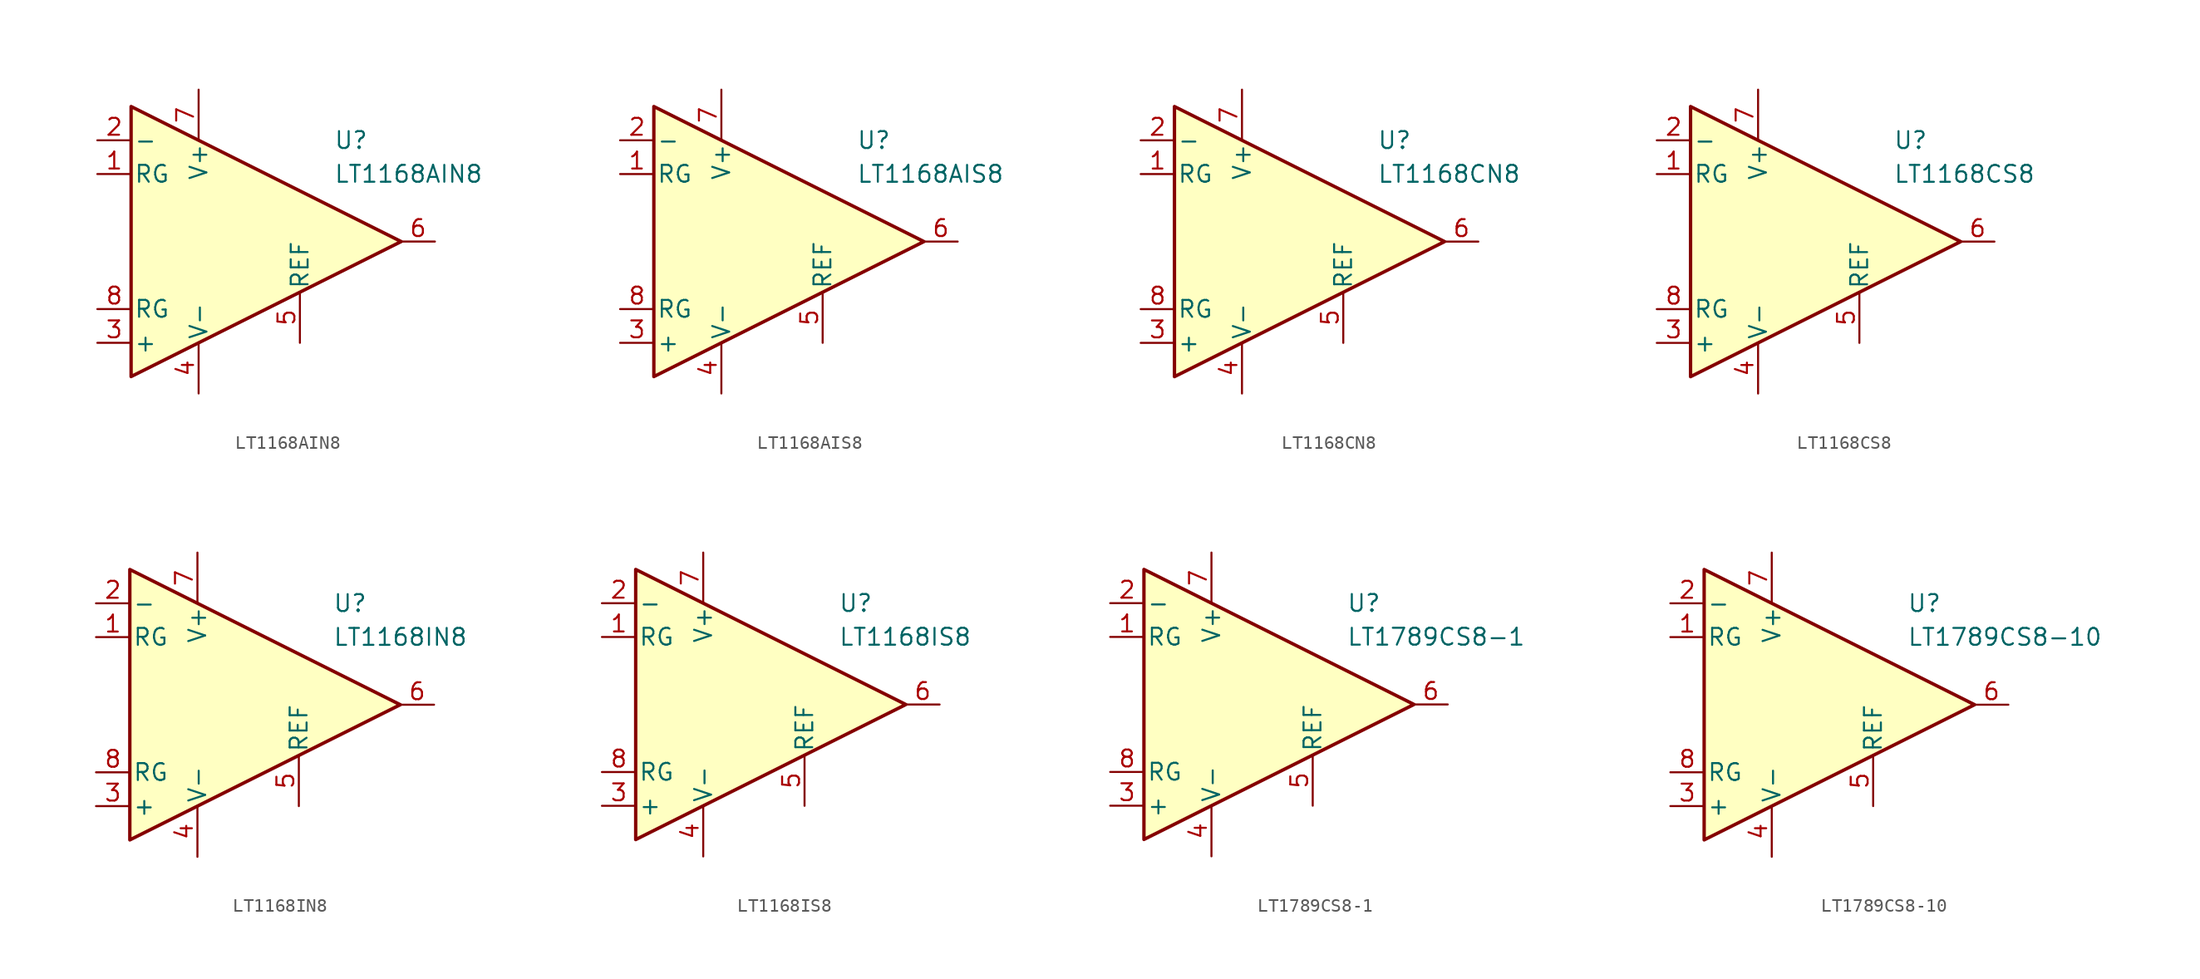
<source format=kicad_sym>
(kicad_symbol_lib
  (version 20231120)
  (generator "kicad_symbol_editor")
  (generator_version "8.0")
  (symbol "LT1168AIN8"
    (pin_names
      (offset 0.2))
    (property "Reference" "U"
      (at 6.35 7.62 0)
      (effects (font (size 1.27 1.27)) (justify left)))
    (property "Value" "LT1168AIN8"
      (at 6.35 5.08 0)
      (effects (font (size 1.27 1.27)) (justify left)))
    (symbol "LT1168AIN8_0_1"
      (polyline (pts (xy -8.89 10.16) (xy -8.89 -10.16) (xy 11.43 0) (xy -8.89 10.16)) (stroke (width 0.254) (type default)) (fill (type background))))
    (symbol "LT1168AIN8_1_1"
      (pin passive line (at -11.43 5.08 0) (length 2.54) (name "RG" (effects (font (size 1.27 1.27)))) (number "1" (effects (font (size 1.27 1.27)))))
      (pin input line (at -11.43 7.62 0) (length 2.54) (name "-" (effects (font (size 1.27 1.27)))) (number "2" (effects (font (size 1.27 1.27)))))
      (pin input line (at -11.43 -7.62 0) (length 2.54) (name "+" (effects (font (size 1.27 1.27)))) (number "3" (effects (font (size 1.27 1.27)))))
      (pin power_in line (at -3.81 -11.43 90) (length 3.81) (name "V-" (effects (font (size 1.27 1.27)))) (number "4" (effects (font (size 1.27 1.27)))))
      (pin input line (at 3.81 -7.62 90) (length 3.81) (name "REF" (effects (font (size 1.27 1.27)))) (number "5" (effects (font (size 1.27 1.27)))))
      (pin output line (at 13.97 0 180) (length 2.54) (name "~" (effects (font (size 1.27 1.27)))) (number "6" (effects (font (size 1.27 1.27)))))
      (pin power_in line (at -3.81 11.43 270) (length 3.81) (name "V+" (effects (font (size 1.27 1.27)))) (number "7" (effects (font (size 1.27 1.27)))))
      (pin passive line (at -11.43 -5.08 0) (length 2.54) (name "RG" (effects (font (size 1.27 1.27)))) (number "8" (effects (font (size 1.27 1.27)))))))
  (symbol "LT1168AIS8"
    (pin_names
      (offset 0.2))
    (property "Reference" "U"
      (at 6.35 7.62 0)
      (effects (font (size 1.27 1.27)) (justify left)))
    (property "Value" "LT1168AIS8"
      (at 6.35 5.08 0)
      (effects (font (size 1.27 1.27)) (justify left)))
    (symbol "LT1168AIS8_0_1"
      (polyline (pts (xy -8.89 10.16) (xy -8.89 -10.16) (xy 11.43 0) (xy -8.89 10.16)) (stroke (width 0.254) (type default)) (fill (type background))))
    (symbol "LT1168AIS8_1_1"
      (pin passive line (at -11.43 5.08 0) (length 2.54) (name "RG" (effects (font (size 1.27 1.27)))) (number "1" (effects (font (size 1.27 1.27)))))
      (pin input line (at -11.43 7.62 0) (length 2.54) (name "-" (effects (font (size 1.27 1.27)))) (number "2" (effects (font (size 1.27 1.27)))))
      (pin input line (at -11.43 -7.62 0) (length 2.54) (name "+" (effects (font (size 1.27 1.27)))) (number "3" (effects (font (size 1.27 1.27)))))
      (pin power_in line (at -3.81 -11.43 90) (length 3.81) (name "V-" (effects (font (size 1.27 1.27)))) (number "4" (effects (font (size 1.27 1.27)))))
      (pin input line (at 3.81 -7.62 90) (length 3.81) (name "REF" (effects (font (size 1.27 1.27)))) (number "5" (effects (font (size 1.27 1.27)))))
      (pin output line (at 13.97 0 180) (length 2.54) (name "~" (effects (font (size 1.27 1.27)))) (number "6" (effects (font (size 1.27 1.27)))))
      (pin power_in line (at -3.81 11.43 270) (length 3.81) (name "V+" (effects (font (size 1.27 1.27)))) (number "7" (effects (font (size 1.27 1.27)))))
      (pin passive line (at -11.43 -5.08 0) (length 2.54) (name "RG" (effects (font (size 1.27 1.27)))) (number "8" (effects (font (size 1.27 1.27)))))))
  (symbol "LT1168CN8"
    (pin_names
      (offset 0.2))
    (property "Reference" "U"
      (at 6.35 7.62 0)
      (effects (font (size 1.27 1.27)) (justify left)))
    (property "Value" "LT1168CN8"
      (at 6.35 5.08 0)
      (effects (font (size 1.27 1.27)) (justify left)))
    (symbol "LT1168CN8_0_1"
      (polyline (pts (xy -8.89 10.16) (xy -8.89 -10.16) (xy 11.43 0) (xy -8.89 10.16)) (stroke (width 0.254) (type default)) (fill (type background))))
    (symbol "LT1168CN8_1_1"
      (pin passive line (at -11.43 5.08 0) (length 2.54) (name "RG" (effects (font (size 1.27 1.27)))) (number "1" (effects (font (size 1.27 1.27)))))
      (pin input line (at -11.43 7.62 0) (length 2.54) (name "-" (effects (font (size 1.27 1.27)))) (number "2" (effects (font (size 1.27 1.27)))))
      (pin input line (at -11.43 -7.62 0) (length 2.54) (name "+" (effects (font (size 1.27 1.27)))) (number "3" (effects (font (size 1.27 1.27)))))
      (pin power_in line (at -3.81 -11.43 90) (length 3.81) (name "V-" (effects (font (size 1.27 1.27)))) (number "4" (effects (font (size 1.27 1.27)))))
      (pin input line (at 3.81 -7.62 90) (length 3.81) (name "REF" (effects (font (size 1.27 1.27)))) (number "5" (effects (font (size 1.27 1.27)))))
      (pin output line (at 13.97 0 180) (length 2.54) (name "~" (effects (font (size 1.27 1.27)))) (number "6" (effects (font (size 1.27 1.27)))))
      (pin power_in line (at -3.81 11.43 270) (length 3.81) (name "V+" (effects (font (size 1.27 1.27)))) (number "7" (effects (font (size 1.27 1.27)))))
      (pin passive line (at -11.43 -5.08 0) (length 2.54) (name "RG" (effects (font (size 1.27 1.27)))) (number "8" (effects (font (size 1.27 1.27)))))))
  (symbol "LT1168CS8"
    (pin_names
      (offset 0.2))
    (property "Reference" "U"
      (at 6.35 7.62 0)
      (effects (font (size 1.27 1.27)) (justify left)))
    (property "Value" "LT1168CS8"
      (at 6.35 5.08 0)
      (effects (font (size 1.27 1.27)) (justify left)))
    (symbol "LT1168CS8_0_1"
      (polyline (pts (xy -8.89 10.16) (xy -8.89 -10.16) (xy 11.43 0) (xy -8.89 10.16)) (stroke (width 0.254) (type default)) (fill (type background))))
    (symbol "LT1168CS8_1_1"
      (pin passive line (at -11.43 5.08 0) (length 2.54) (name "RG" (effects (font (size 1.27 1.27)))) (number "1" (effects (font (size 1.27 1.27)))))
      (pin input line (at -11.43 7.62 0) (length 2.54) (name "-" (effects (font (size 1.27 1.27)))) (number "2" (effects (font (size 1.27 1.27)))))
      (pin input line (at -11.43 -7.62 0) (length 2.54) (name "+" (effects (font (size 1.27 1.27)))) (number "3" (effects (font (size 1.27 1.27)))))
      (pin power_in line (at -3.81 -11.43 90) (length 3.81) (name "V-" (effects (font (size 1.27 1.27)))) (number "4" (effects (font (size 1.27 1.27)))))
      (pin input line (at 3.81 -7.62 90) (length 3.81) (name "REF" (effects (font (size 1.27 1.27)))) (number "5" (effects (font (size 1.27 1.27)))))
      (pin output line (at 13.97 0 180) (length 2.54) (name "~" (effects (font (size 1.27 1.27)))) (number "6" (effects (font (size 1.27 1.27)))))
      (pin power_in line (at -3.81 11.43 270) (length 3.81) (name "V+" (effects (font (size 1.27 1.27)))) (number "7" (effects (font (size 1.27 1.27)))))
      (pin passive line (at -11.43 -5.08 0) (length 2.54) (name "RG" (effects (font (size 1.27 1.27)))) (number "8" (effects (font (size 1.27 1.27)))))))
  (symbol "LT1168IN8"
    (pin_names
      (offset 0.2))
    (property "Reference" "U"
      (at 6.35 7.62 0)
      (effects (font (size 1.27 1.27)) (justify left)))
    (property "Value" "LT1168IN8"
      (at 6.35 5.08 0)
      (effects (font (size 1.27 1.27)) (justify left)))
    (symbol "LT1168IN8_0_1"
      (polyline (pts (xy -8.89 10.16) (xy -8.89 -10.16) (xy 11.43 0) (xy -8.89 10.16)) (stroke (width 0.254) (type default)) (fill (type background))))
    (symbol "LT1168IN8_1_1"
      (pin passive line (at -11.43 5.08 0) (length 2.54) (name "RG" (effects (font (size 1.27 1.27)))) (number "1" (effects (font (size 1.27 1.27)))))
      (pin input line (at -11.43 7.62 0) (length 2.54) (name "-" (effects (font (size 1.27 1.27)))) (number "2" (effects (font (size 1.27 1.27)))))
      (pin input line (at -11.43 -7.62 0) (length 2.54) (name "+" (effects (font (size 1.27 1.27)))) (number "3" (effects (font (size 1.27 1.27)))))
      (pin power_in line (at -3.81 -11.43 90) (length 3.81) (name "V-" (effects (font (size 1.27 1.27)))) (number "4" (effects (font (size 1.27 1.27)))))
      (pin input line (at 3.81 -7.62 90) (length 3.81) (name "REF" (effects (font (size 1.27 1.27)))) (number "5" (effects (font (size 1.27 1.27)))))
      (pin output line (at 13.97 0 180) (length 2.54) (name "~" (effects (font (size 1.27 1.27)))) (number "6" (effects (font (size 1.27 1.27)))))
      (pin power_in line (at -3.81 11.43 270) (length 3.81) (name "V+" (effects (font (size 1.27 1.27)))) (number "7" (effects (font (size 1.27 1.27)))))
      (pin passive line (at -11.43 -5.08 0) (length 2.54) (name "RG" (effects (font (size 1.27 1.27)))) (number "8" (effects (font (size 1.27 1.27)))))))
  (symbol "LT1168IS8"
    (pin_names
      (offset 0.2))
    (property "Reference" "U"
      (at 6.35 7.62 0)
      (effects (font (size 1.27 1.27)) (justify left)))
    (property "Value" "LT1168IS8"
      (at 6.35 5.08 0)
      (effects (font (size 1.27 1.27)) (justify left)))
    (symbol "LT1168IS8_0_1"
      (polyline (pts (xy -8.89 10.16) (xy -8.89 -10.16) (xy 11.43 0) (xy -8.89 10.16)) (stroke (width 0.254) (type default)) (fill (type background))))
    (symbol "LT1168IS8_1_1"
      (pin passive line (at -11.43 5.08 0) (length 2.54) (name "RG" (effects (font (size 1.27 1.27)))) (number "1" (effects (font (size 1.27 1.27)))))
      (pin input line (at -11.43 7.62 0) (length 2.54) (name "-" (effects (font (size 1.27 1.27)))) (number "2" (effects (font (size 1.27 1.27)))))
      (pin input line (at -11.43 -7.62 0) (length 2.54) (name "+" (effects (font (size 1.27 1.27)))) (number "3" (effects (font (size 1.27 1.27)))))
      (pin power_in line (at -3.81 -11.43 90) (length 3.81) (name "V-" (effects (font (size 1.27 1.27)))) (number "4" (effects (font (size 1.27 1.27)))))
      (pin input line (at 3.81 -7.62 90) (length 3.81) (name "REF" (effects (font (size 1.27 1.27)))) (number "5" (effects (font (size 1.27 1.27)))))
      (pin output line (at 13.97 0 180) (length 2.54) (name "~" (effects (font (size 1.27 1.27)))) (number "6" (effects (font (size 1.27 1.27)))))
      (pin power_in line (at -3.81 11.43 270) (length 3.81) (name "V+" (effects (font (size 1.27 1.27)))) (number "7" (effects (font (size 1.27 1.27)))))
      (pin passive line (at -11.43 -5.08 0) (length 2.54) (name "RG" (effects (font (size 1.27 1.27)))) (number "8" (effects (font (size 1.27 1.27)))))))
  (symbol "LT1789CS8-1"
    (pin_names
      (offset 0.2))
    (property "Reference" "U"
      (at 6.35 7.62 0)
      (effects (font (size 1.27 1.27)) (justify left)))
    (property "Value" "LT1789CS8-1"
      (at 6.35 5.08 0)
      (effects (font (size 1.27 1.27)) (justify left)))
    (symbol "LT1789CS8-1_0_1"
      (polyline (pts (xy -8.89 10.16) (xy -8.89 -10.16) (xy 11.43 0) (xy -8.89 10.16)) (stroke (width 0.254) (type default)) (fill (type background))))
    (symbol "LT1789CS8-1_1_1"
      (pin passive line (at -11.43 5.08 0) (length 2.54) (name "RG" (effects (font (size 1.27 1.27)))) (number "1" (effects (font (size 1.27 1.27)))))
      (pin input line (at -11.43 7.62 0) (length 2.54) (name "-" (effects (font (size 1.27 1.27)))) (number "2" (effects (font (size 1.27 1.27)))))
      (pin input line (at -11.43 -7.62 0) (length 2.54) (name "+" (effects (font (size 1.27 1.27)))) (number "3" (effects (font (size 1.27 1.27)))))
      (pin power_in line (at -3.81 -11.43 90) (length 3.81) (name "V-" (effects (font (size 1.27 1.27)))) (number "4" (effects (font (size 1.27 1.27)))))
      (pin input line (at 3.81 -7.62 90) (length 3.81) (name "REF" (effects (font (size 1.27 1.27)))) (number "5" (effects (font (size 1.27 1.27)))))
      (pin output line (at 13.97 0 180) (length 2.54) (name "~" (effects (font (size 1.27 1.27)))) (number "6" (effects (font (size 1.27 1.27)))))
      (pin power_in line (at -3.81 11.43 270) (length 3.81) (name "V+" (effects (font (size 1.27 1.27)))) (number "7" (effects (font (size 1.27 1.27)))))
      (pin passive line (at -11.43 -5.08 0) (length 2.54) (name "RG" (effects (font (size 1.27 1.27)))) (number "8" (effects (font (size 1.27 1.27)))))))
  (symbol "LT1789CS8-10"
    (pin_names
      (offset 0.2))
    (property "Reference" "U"
      (at 6.35 7.62 0)
      (effects (font (size 1.27 1.27)) (justify left)))
    (property "Value" "LT1789CS8-10"
      (at 6.35 5.08 0)
      (effects (font (size 1.27 1.27)) (justify left)))
    (symbol "LT1789CS8-10_0_1"
      (polyline (pts (xy -8.89 10.16) (xy -8.89 -10.16) (xy 11.43 0) (xy -8.89 10.16)) (stroke (width 0.254) (type default)) (fill (type background))))
    (symbol "LT1789CS8-10_1_1"
      (pin passive line (at -11.43 5.08 0) (length 2.54) (name "RG" (effects (font (size 1.27 1.27)))) (number "1" (effects (font (size 1.27 1.27)))))
      (pin input line (at -11.43 7.62 0) (length 2.54) (name "-" (effects (font (size 1.27 1.27)))) (number "2" (effects (font (size 1.27 1.27)))))
      (pin input line (at -11.43 -7.62 0) (length 2.54) (name "+" (effects (font (size 1.27 1.27)))) (number "3" (effects (font (size 1.27 1.27)))))
      (pin power_in line (at -3.81 -11.43 90) (length 3.81) (name "V-" (effects (font (size 1.27 1.27)))) (number "4" (effects (font (size 1.27 1.27)))))
      (pin input line (at 3.81 -7.62 90) (length 3.81) (name "REF" (effects (font (size 1.27 1.27)))) (number "5" (effects (font (size 1.27 1.27)))))
      (pin output line (at 13.97 0 180) (length 2.54) (name "~" (effects (font (size 1.27 1.27)))) (number "6" (effects (font (size 1.27 1.27)))))
      (pin power_in line (at -3.81 11.43 270) (length 3.81) (name "V+" (effects (font (size 1.27 1.27)))) (number "7" (effects (font (size 1.27 1.27)))))
      (pin passive line (at -11.43 -5.08 0) (length 2.54) (name "RG" (effects (font (size 1.27 1.27)))) (number "8" (effects (font (size 1.27 1.27))))))))
</source>
